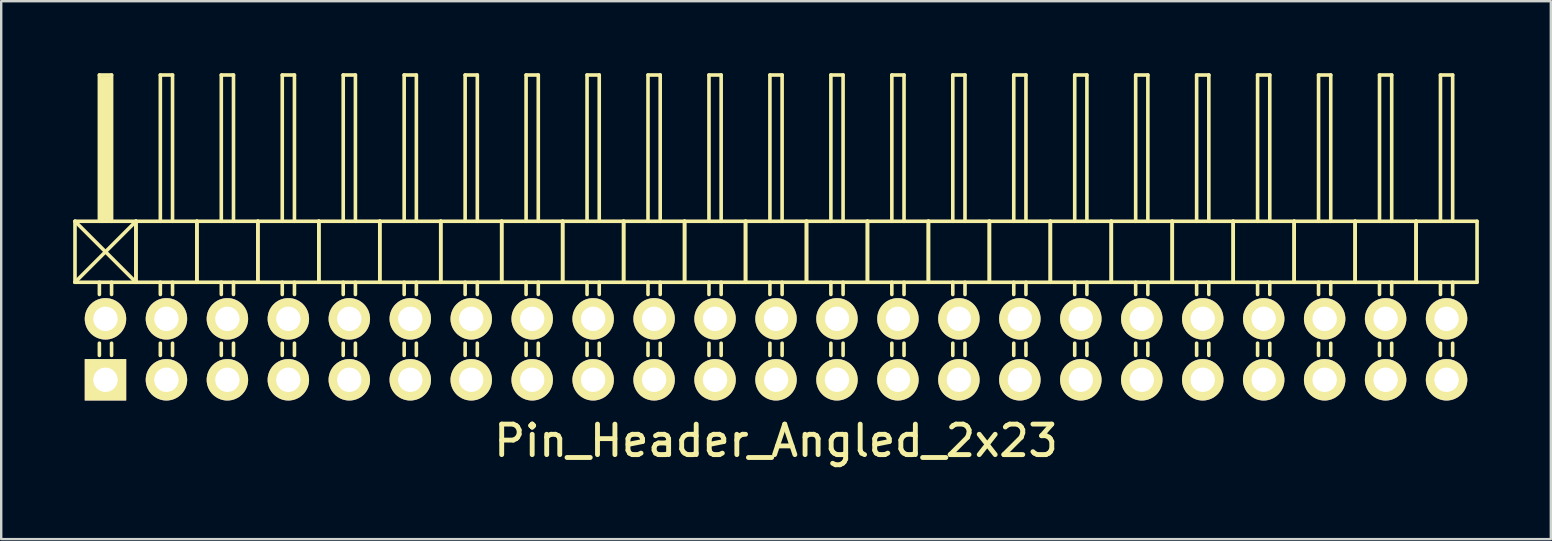
<source format=kicad_pcb>
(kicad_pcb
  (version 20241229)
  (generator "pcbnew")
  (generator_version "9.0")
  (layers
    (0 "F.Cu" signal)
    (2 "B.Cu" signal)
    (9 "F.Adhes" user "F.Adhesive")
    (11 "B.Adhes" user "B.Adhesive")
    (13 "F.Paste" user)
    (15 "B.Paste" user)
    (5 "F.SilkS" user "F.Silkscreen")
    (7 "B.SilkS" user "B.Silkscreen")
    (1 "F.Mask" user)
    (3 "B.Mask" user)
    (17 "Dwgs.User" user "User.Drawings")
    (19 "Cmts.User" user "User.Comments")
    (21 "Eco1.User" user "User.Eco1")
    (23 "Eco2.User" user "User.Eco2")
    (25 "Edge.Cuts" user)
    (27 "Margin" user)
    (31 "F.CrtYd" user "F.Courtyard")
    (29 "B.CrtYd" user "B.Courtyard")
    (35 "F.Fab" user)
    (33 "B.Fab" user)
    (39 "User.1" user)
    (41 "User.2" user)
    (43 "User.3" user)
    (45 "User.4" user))
  (footprint "Pin_Header_Angled_2x23"
    (layer "F.Cu")
    (at 29.285 11.505)
    (property "Reference" "Pin_Header_Angled_2x23" (at 0 3.81 0) (layer "F.SilkS") (effects (font (size 1.27 1.27) (thickness 0.203))))
    (attr through_hole)
    (fp_line (start -29.21 -5.334) (end -26.67 -2.794) (stroke (width 0.15) (type solid)) (layer "F.SilkS"))
    (fp_line (start -29.21 -2.794) (end -29.21 -5.334) (stroke (width 0.15) (type solid)) (layer "F.SilkS"))
    (fp_line (start -29.21 -2.794) (end -26.67 -5.334) (stroke (width 0.15) (type solid)) (layer "F.SilkS"))
    (fp_line (start -29.21 -2.794) (end -26.67 -2.794) (stroke (width 0.15) (type solid)) (layer "F.SilkS"))
    (fp_line (start -28.194 -11.43) (end -27.686 -11.43) (stroke (width 0.15) (type solid)) (layer "F.SilkS"))
    (fp_line (start -28.194 -5.334) (end -28.194 -11.43) (stroke (width 0.15) (type solid)) (layer "F.SilkS"))
    (fp_line (start -28.194 -2.794) (end -28.194 -2.286) (stroke (width 0.15) (type solid)) (layer "F.SilkS"))
    (fp_line (start -28.194 -0.254) (end -28.194 0.254) (stroke (width 0.15) (type solid)) (layer "F.SilkS"))
    (fp_line (start -28.067 -11.303) (end -27.813 -11.303) (stroke (width 0.15) (type solid)) (layer "F.SilkS"))
    (fp_line (start -28.067 -5.334) (end -28.067 -11.303) (stroke (width 0.15) (type solid)) (layer "F.SilkS"))
    (fp_line (start -27.94 -5.461) (end -27.94 -11.303) (stroke (width 0.15) (type solid)) (layer "F.SilkS"))
    (fp_line (start -27.813 -11.303) (end -27.813 -5.461) (stroke (width 0.15) (type solid)) (layer "F.SilkS"))
    (fp_line (start -27.813 -5.461) (end -27.94 -5.461) (stroke (width 0.15) (type solid)) (layer "F.SilkS"))
    (fp_line (start -27.686 -11.43) (end -27.686 -5.334) (stroke (width 0.15) (type solid)) (layer "F.SilkS"))
    (fp_line (start -27.686 -2.794) (end -27.686 -2.286) (stroke (width 0.15) (type solid)) (layer "F.SilkS"))
    (fp_line (start -27.686 -0.254) (end -27.686 0.254) (stroke (width 0.15) (type solid)) (layer "F.SilkS"))
    (fp_line (start -26.67 -5.334) (end -29.21 -5.334) (stroke (width 0.15) (type solid)) (layer "F.SilkS"))
    (fp_line (start -26.67 -2.794) (end -26.67 -5.334) (stroke (width 0.15) (type solid)) (layer "F.SilkS"))
    (fp_line (start -26.67 -2.794) (end -26.67 -5.334) (stroke (width 0.15) (type solid)) (layer "F.SilkS"))
    (fp_line (start -26.67 -2.794) (end -24.13 -2.794) (stroke (width 0.15) (type solid)) (layer "F.SilkS"))
    (fp_line (start -25.654 -11.43) (end -25.146 -11.43) (stroke (width 0.15) (type solid)) (layer "F.SilkS"))
    (fp_line (start -25.654 -5.334) (end -25.654 -11.43) (stroke (width 0.15) (type solid)) (layer "F.SilkS"))
    (fp_line (start -25.654 -2.794) (end -25.654 -2.286) (stroke (width 0.15) (type solid)) (layer "F.SilkS"))
    (fp_line (start -25.654 -0.254) (end -25.654 0.254) (stroke (width 0.15) (type solid)) (layer "F.SilkS"))
    (fp_line (start -25.146 -11.43) (end -25.146 -5.334) (stroke (width 0.15) (type solid)) (layer "F.SilkS"))
    (fp_line (start -25.146 -2.794) (end -25.146 -2.286) (stroke (width 0.15) (type solid)) (layer "F.SilkS"))
    (fp_line (start -25.146 -0.254) (end -25.146 0.254) (stroke (width 0.15) (type solid)) (layer "F.SilkS"))
    (fp_line (start -24.13 -5.334) (end -26.67 -5.334) (stroke (width 0.15) (type solid)) (layer "F.SilkS"))
    (fp_line (start -24.13 -2.794) (end -24.13 -5.334) (stroke (width 0.15) (type solid)) (layer "F.SilkS"))
    (fp_line (start -24.13 -2.794) (end -24.13 -5.334) (stroke (width 0.15) (type solid)) (layer "F.SilkS"))
    (fp_line (start -24.13 -2.794) (end -21.59 -2.794) (stroke (width 0.15) (type solid)) (layer "F.SilkS"))
    (fp_line (start -23.114 -11.43) (end -22.606 -11.43) (stroke (width 0.15) (type solid)) (layer "F.SilkS"))
    (fp_line (start -23.114 -5.334) (end -23.114 -11.43) (stroke (width 0.15) (type solid)) (layer "F.SilkS"))
    (fp_line (start -23.114 -2.794) (end -23.114 -2.286) (stroke (width 0.15) (type solid)) (layer "F.SilkS"))
    (fp_line (start -23.114 -0.254) (end -23.114 0.254) (stroke (width 0.15) (type solid)) (layer "F.SilkS"))
    (fp_line (start -22.606 -11.43) (end -22.606 -5.334) (stroke (width 0.15) (type solid)) (layer "F.SilkS"))
    (fp_line (start -22.606 -2.794) (end -22.606 -2.286) (stroke (width 0.15) (type solid)) (layer "F.SilkS"))
    (fp_line (start -22.606 -0.254) (end -22.606 0.254) (stroke (width 0.15) (type solid)) (layer "F.SilkS"))
    (fp_line (start -21.59 -5.334) (end -24.13 -5.334) (stroke (width 0.15) (type solid)) (layer "F.SilkS"))
    (fp_line (start -21.59 -2.794) (end -21.59 -5.334) (stroke (width 0.15) (type solid)) (layer "F.SilkS"))
    (fp_line (start -21.59 -2.794) (end -21.59 -5.334) (stroke (width 0.15) (type solid)) (layer "F.SilkS"))
    (fp_line (start -21.59 -2.794) (end -19.05 -2.794) (stroke (width 0.15) (type solid)) (layer "F.SilkS"))
    (fp_line (start -20.574 -11.43) (end -20.066 -11.43) (stroke (width 0.15) (type solid)) (layer "F.SilkS"))
    (fp_line (start -20.574 -5.334) (end -20.574 -11.43) (stroke (width 0.15) (type solid)) (layer "F.SilkS"))
    (fp_line (start -20.574 -2.794) (end -20.574 -2.286) (stroke (width 0.15) (type solid)) (layer "F.SilkS"))
    (fp_line (start -20.574 -0.254) (end -20.574 0.254) (stroke (width 0.15) (type solid)) (layer "F.SilkS"))
    (fp_line (start -20.066 -11.43) (end -20.066 -5.334) (stroke (width 0.15) (type solid)) (layer "F.SilkS"))
    (fp_line (start -20.066 -2.794) (end -20.066 -2.286) (stroke (width 0.15) (type solid)) (layer "F.SilkS"))
    (fp_line (start -20.066 -0.254) (end -20.066 0.254) (stroke (width 0.15) (type solid)) (layer "F.SilkS"))
    (fp_line (start -19.05 -5.334) (end -21.59 -5.334) (stroke (width 0.15) (type solid)) (layer "F.SilkS"))
    (fp_line (start -19.05 -2.794) (end -19.05 -5.334) (stroke (width 0.15) (type solid)) (layer "F.SilkS"))
    (fp_line (start -19.05 -2.794) (end -19.05 -5.334) (stroke (width 0.15) (type solid)) (layer "F.SilkS"))
    (fp_line (start -19.05 -2.794) (end -16.51 -2.794) (stroke (width 0.15) (type solid)) (layer "F.SilkS"))
    (fp_line (start -18.034 -11.43) (end -17.526 -11.43) (stroke (width 0.15) (type solid)) (layer "F.SilkS"))
    (fp_line (start -18.034 -5.334) (end -18.034 -11.43) (stroke (width 0.15) (type solid)) (layer "F.SilkS"))
    (fp_line (start -18.034 -2.794) (end -18.034 -2.286) (stroke (width 0.15) (type solid)) (layer "F.SilkS"))
    (fp_line (start -18.034 -0.254) (end -18.034 0.254) (stroke (width 0.15) (type solid)) (layer "F.SilkS"))
    (fp_line (start -17.526 -11.43) (end -17.526 -5.334) (stroke (width 0.15) (type solid)) (layer "F.SilkS"))
    (fp_line (start -17.526 -2.794) (end -17.526 -2.286) (stroke (width 0.15) (type solid)) (layer "F.SilkS"))
    (fp_line (start -17.526 -0.254) (end -17.526 0.254) (stroke (width 0.15) (type solid)) (layer "F.SilkS"))
    (fp_line (start -16.51 -5.334) (end -19.05 -5.334) (stroke (width 0.15) (type solid)) (layer "F.SilkS"))
    (fp_line (start -16.51 -2.794) (end -16.51 -5.334) (stroke (width 0.15) (type solid)) (layer "F.SilkS"))
    (fp_line (start -16.51 -2.794) (end -16.51 -5.334) (stroke (width 0.15) (type solid)) (layer "F.SilkS"))
    (fp_line (start -16.51 -2.794) (end -13.97 -2.794) (stroke (width 0.15) (type solid)) (layer "F.SilkS"))
    (fp_line (start -15.494 -11.43) (end -14.986 -11.43) (stroke (width 0.15) (type solid)) (layer "F.SilkS"))
    (fp_line (start -15.494 -5.334) (end -15.494 -11.43) (stroke (width 0.15) (type solid)) (layer "F.SilkS"))
    (fp_line (start -15.494 -2.794) (end -15.494 -2.286) (stroke (width 0.15) (type solid)) (layer "F.SilkS"))
    (fp_line (start -15.494 -0.254) (end -15.494 0.254) (stroke (width 0.15) (type solid)) (layer "F.SilkS"))
    (fp_line (start -14.986 -11.43) (end -14.986 -5.334) (stroke (width 0.15) (type solid)) (layer "F.SilkS"))
    (fp_line (start -14.986 -2.794) (end -14.986 -2.286) (stroke (width 0.15) (type solid)) (layer "F.SilkS"))
    (fp_line (start -14.986 -0.254) (end -14.986 0.254) (stroke (width 0.15) (type solid)) (layer "F.SilkS"))
    (fp_line (start -13.97 -5.334) (end -16.51 -5.334) (stroke (width 0.15) (type solid)) (layer "F.SilkS"))
    (fp_line (start -13.97 -2.794) (end -13.97 -5.334) (stroke (width 0.15) (type solid)) (layer "F.SilkS"))
    (fp_line (start -13.97 -2.794) (end -13.97 -5.334) (stroke (width 0.15) (type solid)) (layer "F.SilkS"))
    (fp_line (start -13.97 -2.794) (end -11.43 -2.794) (stroke (width 0.15) (type solid)) (layer "F.SilkS"))
    (fp_line (start -12.954 -11.43) (end -12.446 -11.43) (stroke (width 0.15) (type solid)) (layer "F.SilkS"))
    (fp_line (start -12.954 -5.334) (end -12.954 -11.43) (stroke (width 0.15) (type solid)) (layer "F.SilkS"))
    (fp_line (start -12.954 -2.794) (end -12.954 -2.286) (stroke (width 0.15) (type solid)) (layer "F.SilkS"))
    (fp_line (start -12.954 -0.254) (end -12.954 0.254) (stroke (width 0.15) (type solid)) (layer "F.SilkS"))
    (fp_line (start -12.446 -11.43) (end -12.446 -5.334) (stroke (width 0.15) (type solid)) (layer "F.SilkS"))
    (fp_line (start -12.446 -2.794) (end -12.446 -2.286) (stroke (width 0.15) (type solid)) (layer "F.SilkS"))
    (fp_line (start -12.446 -0.254) (end -12.446 0.254) (stroke (width 0.15) (type solid)) (layer "F.SilkS"))
    (fp_line (start -11.43 -5.334) (end -13.97 -5.334) (stroke (width 0.15) (type solid)) (layer "F.SilkS"))
    (fp_line (start -11.43 -2.794) (end -11.43 -5.334) (stroke (width 0.15) (type solid)) (layer "F.SilkS"))
    (fp_line (start -11.43 -2.794) (end -11.43 -5.334) (stroke (width 0.15) (type solid)) (layer "F.SilkS"))
    (fp_line (start -11.43 -2.794) (end -8.89 -2.794) (stroke (width 0.15) (type solid)) (layer "F.SilkS"))
    (fp_line (start -10.414 -11.43) (end -9.906 -11.43) (stroke (width 0.15) (type solid)) (layer "F.SilkS"))
    (fp_line (start -10.414 -5.334) (end -10.414 -11.43) (stroke (width 0.15) (type solid)) (layer "F.SilkS"))
    (fp_line (start -10.414 -2.794) (end -10.414 -2.286) (stroke (width 0.15) (type solid)) (layer "F.SilkS"))
    (fp_line (start -10.414 -0.254) (end -10.414 0.254) (stroke (width 0.15) (type solid)) (layer "F.SilkS"))
    (fp_line (start -9.906 -11.43) (end -9.906 -5.334) (stroke (width 0.15) (type solid)) (layer "F.SilkS"))
    (fp_line (start -9.906 -2.794) (end -9.906 -2.286) (stroke (width 0.15) (type solid)) (layer "F.SilkS"))
    (fp_line (start -9.906 -0.254) (end -9.906 0.254) (stroke (width 0.15) (type solid)) (layer "F.SilkS"))
    (fp_line (start -8.89 -5.334) (end -11.43 -5.334) (stroke (width 0.15) (type solid)) (layer "F.SilkS"))
    (fp_line (start -8.89 -2.794) (end -8.89 -5.334) (stroke (width 0.15) (type solid)) (layer "F.SilkS"))
    (fp_line (start -8.89 -2.794) (end -8.89 -5.334) (stroke (width 0.15) (type solid)) (layer "F.SilkS"))
    (fp_line (start -8.89 -2.794) (end -6.35 -2.794) (stroke (width 0.15) (type solid)) (layer "F.SilkS"))
    (fp_line (start -7.874 -11.43) (end -7.366 -11.43) (stroke (width 0.15) (type solid)) (layer "F.SilkS"))
    (fp_line (start -7.874 -5.334) (end -7.874 -11.43) (stroke (width 0.15) (type solid)) (layer "F.SilkS"))
    (fp_line (start -7.874 -2.794) (end -7.874 -2.286) (stroke (width 0.15) (type solid)) (layer "F.SilkS"))
    (fp_line (start -7.874 -0.254) (end -7.874 0.254) (stroke (width 0.15) (type solid)) (layer "F.SilkS"))
    (fp_line (start -7.366 -11.43) (end -7.366 -5.334) (stroke (width 0.15) (type solid)) (layer "F.SilkS"))
    (fp_line (start -7.366 -2.794) (end -7.366 -2.286) (stroke (width 0.15) (type solid)) (layer "F.SilkS"))
    (fp_line (start -7.366 -0.254) (end -7.366 0.254) (stroke (width 0.15) (type solid)) (layer "F.SilkS"))
    (fp_line (start -6.35 -5.334) (end -8.89 -5.334) (stroke (width 0.15) (type solid)) (layer "F.SilkS"))
    (fp_line (start -6.35 -2.794) (end -6.35 -5.334) (stroke (width 0.15) (type solid)) (layer "F.SilkS"))
    (fp_line (start -6.35 -2.794) (end -6.35 -5.334) (stroke (width 0.15) (type solid)) (layer "F.SilkS"))
    (fp_line (start -6.35 -2.794) (end -3.81 -2.794) (stroke (width 0.15) (type solid)) (layer "F.SilkS"))
    (fp_line (start -5.334 -11.43) (end -4.826 -11.43) (stroke (width 0.15) (type solid)) (layer "F.SilkS"))
    (fp_line (start -5.334 -5.334) (end -5.334 -11.43) (stroke (width 0.15) (type solid)) (layer "F.SilkS"))
    (fp_line (start -5.334 -2.794) (end -5.334 -2.286) (stroke (width 0.15) (type solid)) (layer "F.SilkS"))
    (fp_line (start -5.334 -0.254) (end -5.334 0.254) (stroke (width 0.15) (type solid)) (layer "F.SilkS"))
    (fp_line (start -4.826 -11.43) (end -4.826 -5.334) (stroke (width 0.15) (type solid)) (layer "F.SilkS"))
    (fp_line (start -4.826 -2.794) (end -4.826 -2.286) (stroke (width 0.15) (type solid)) (layer "F.SilkS"))
    (fp_line (start -4.826 -0.254) (end -4.826 0.254) (stroke (width 0.15) (type solid)) (layer "F.SilkS"))
    (fp_line (start -3.81 -5.334) (end -6.35 -5.334) (stroke (width 0.15) (type solid)) (layer "F.SilkS"))
    (fp_line (start -3.81 -2.794) (end -3.81 -5.334) (stroke (width 0.15) (type solid)) (layer "F.SilkS"))
    (fp_line (start -3.81 -2.794) (end -3.81 -5.334) (stroke (width 0.15) (type solid)) (layer "F.SilkS"))
    (fp_line (start -3.81 -2.794) (end -1.27 -2.794) (stroke (width 0.15) (type solid)) (layer "F.SilkS"))
    (fp_line (start -2.794 -11.43) (end -2.286 -11.43) (stroke (width 0.15) (type solid)) (layer "F.SilkS"))
    (fp_line (start -2.794 -5.334) (end -2.794 -11.43) (stroke (width 0.15) (type solid)) (layer "F.SilkS"))
    (fp_line (start -2.794 -2.794) (end -2.794 -2.286) (stroke (width 0.15) (type solid)) (layer "F.SilkS"))
    (fp_line (start -2.794 -0.254) (end -2.794 0.254) (stroke (width 0.15) (type solid)) (layer "F.SilkS"))
    (fp_line (start -2.286 -11.43) (end -2.286 -5.334) (stroke (width 0.15) (type solid)) (layer "F.SilkS"))
    (fp_line (start -2.286 -2.794) (end -2.286 -2.286) (stroke (width 0.15) (type solid)) (layer "F.SilkS"))
    (fp_line (start -2.286 -0.254) (end -2.286 0.254) (stroke (width 0.15) (type solid)) (layer "F.SilkS"))
    (fp_line (start -1.27 -5.334) (end -3.81 -5.334) (stroke (width 0.15) (type solid)) (layer "F.SilkS"))
    (fp_line (start -1.27 -2.794) (end -1.27 -5.334) (stroke (width 0.15) (type solid)) (layer "F.SilkS"))
    (fp_line (start -1.27 -2.794) (end -1.27 -5.334) (stroke (width 0.15) (type solid)) (layer "F.SilkS"))
    (fp_line (start -1.27 -2.794) (end 1.27 -2.794) (stroke (width 0.15) (type solid)) (layer "F.SilkS"))
    (fp_line (start -0.254 -11.43) (end 0.254 -11.43) (stroke (width 0.15) (type solid)) (layer "F.SilkS"))
    (fp_line (start -0.254 -5.334) (end -0.254 -11.43) (stroke (width 0.15) (type solid)) (layer "F.SilkS"))
    (fp_line (start -0.254 -2.794) (end -0.254 -2.286) (stroke (width 0.15) (type solid)) (layer "F.SilkS"))
    (fp_line (start -0.254 -0.254) (end -0.254 0.254) (stroke (width 0.15) (type solid)) (layer "F.SilkS"))
    (fp_line (start 0.254 -11.43) (end 0.254 -5.334) (stroke (width 0.15) (type solid)) (layer "F.SilkS"))
    (fp_line (start 0.254 -2.794) (end 0.254 -2.286) (stroke (width 0.15) (type solid)) (layer "F.SilkS"))
    (fp_line (start 0.254 -0.254) (end 0.254 0.254) (stroke (width 0.15) (type solid)) (layer "F.SilkS"))
    (fp_line (start 1.27 -5.334) (end -1.27 -5.334) (stroke (width 0.15) (type solid)) (layer "F.SilkS"))
    (fp_line (start 1.27 -2.794) (end 1.27 -5.334) (stroke (width 0.15) (type solid)) (layer "F.SilkS"))
    (fp_line (start 1.27 -2.794) (end 1.27 -5.334) (stroke (width 0.15) (type solid)) (layer "F.SilkS"))
    (fp_line (start 1.27 -2.794) (end 3.81 -2.794) (stroke (width 0.15) (type solid)) (layer "F.SilkS"))
    (fp_line (start 2.286 -11.43) (end 2.794 -11.43) (stroke (width 0.15) (type solid)) (layer "F.SilkS"))
    (fp_line (start 2.286 -5.334) (end 2.286 -11.43) (stroke (width 0.15) (type solid)) (layer "F.SilkS"))
    (fp_line (start 2.286 -2.794) (end 2.286 -2.286) (stroke (width 0.15) (type solid)) (layer "F.SilkS"))
    (fp_line (start 2.286 -0.254) (end 2.286 0.254) (stroke (width 0.15) (type solid)) (layer "F.SilkS"))
    (fp_line (start 2.794 -11.43) (end 2.794 -5.334) (stroke (width 0.15) (type solid)) (layer "F.SilkS"))
    (fp_line (start 2.794 -2.794) (end 2.794 -2.286) (stroke (width 0.15) (type solid)) (layer "F.SilkS"))
    (fp_line (start 2.794 -0.254) (end 2.794 0.254) (stroke (width 0.15) (type solid)) (layer "F.SilkS"))
    (fp_line (start 3.81 -5.334) (end 1.27 -5.334) (stroke (width 0.15) (type solid)) (layer "F.SilkS"))
    (fp_line (start 3.81 -2.794) (end 3.81 -5.334) (stroke (width 0.15) (type solid)) (layer "F.SilkS"))
    (fp_line (start 3.81 -2.794) (end 3.81 -5.334) (stroke (width 0.15) (type solid)) (layer "F.SilkS"))
    (fp_line (start 3.81 -2.794) (end 6.35 -2.794) (stroke (width 0.15) (type solid)) (layer "F.SilkS"))
    (fp_line (start 4.826 -11.43) (end 5.334 -11.43) (stroke (width 0.15) (type solid)) (layer "F.SilkS"))
    (fp_line (start 4.826 -5.334) (end 4.826 -11.43) (stroke (width 0.15) (type solid)) (layer "F.SilkS"))
    (fp_line (start 4.826 -2.794) (end 4.826 -2.286) (stroke (width 0.15) (type solid)) (layer "F.SilkS"))
    (fp_line (start 4.826 -0.254) (end 4.826 0.254) (stroke (width 0.15) (type solid)) (layer "F.SilkS"))
    (fp_line (start 5.334 -11.43) (end 5.334 -5.334) (stroke (width 0.15) (type solid)) (layer "F.SilkS"))
    (fp_line (start 5.334 -2.794) (end 5.334 -2.286) (stroke (width 0.15) (type solid)) (layer "F.SilkS"))
    (fp_line (start 5.334 -0.254) (end 5.334 0.254) (stroke (width 0.15) (type solid)) (layer "F.SilkS"))
    (fp_line (start 6.35 -5.334) (end 3.81 -5.334) (stroke (width 0.15) (type solid)) (layer "F.SilkS"))
    (fp_line (start 6.35 -2.794) (end 6.35 -5.334) (stroke (width 0.15) (type solid)) (layer "F.SilkS"))
    (fp_line (start 6.35 -2.794) (end 6.35 -5.334) (stroke (width 0.15) (type solid)) (layer "F.SilkS"))
    (fp_line (start 6.35 -2.794) (end 8.89 -2.794) (stroke (width 0.15) (type solid)) (layer "F.SilkS"))
    (fp_line (start 7.366 -11.43) (end 7.874 -11.43) (stroke (width 0.15) (type solid)) (layer "F.SilkS"))
    (fp_line (start 7.366 -5.334) (end 7.366 -11.43) (stroke (width 0.15) (type solid)) (layer "F.SilkS"))
    (fp_line (start 7.366 -2.794) (end 7.366 -2.286) (stroke (width 0.15) (type solid)) (layer "F.SilkS"))
    (fp_line (start 7.366 -0.254) (end 7.366 0.254) (stroke (width 0.15) (type solid)) (layer "F.SilkS"))
    (fp_line (start 7.874 -11.43) (end 7.874 -5.334) (stroke (width 0.15) (type solid)) (layer "F.SilkS"))
    (fp_line (start 7.874 -2.794) (end 7.874 -2.286) (stroke (width 0.15) (type solid)) (layer "F.SilkS"))
    (fp_line (start 7.874 -0.254) (end 7.874 0.254) (stroke (width 0.15) (type solid)) (layer "F.SilkS"))
    (fp_line (start 8.89 -5.334) (end 6.35 -5.334) (stroke (width 0.15) (type solid)) (layer "F.SilkS"))
    (fp_line (start 8.89 -2.794) (end 8.89 -5.334) (stroke (width 0.15) (type solid)) (layer "F.SilkS"))
    (fp_line (start 8.89 -2.794) (end 8.89 -5.334) (stroke (width 0.15) (type solid)) (layer "F.SilkS"))
    (fp_line (start 8.89 -2.794) (end 11.43 -2.794) (stroke (width 0.15) (type solid)) (layer "F.SilkS"))
    (fp_line (start 9.906 -11.43) (end 10.414 -11.43) (stroke (width 0.15) (type solid)) (layer "F.SilkS"))
    (fp_line (start 9.906 -5.334) (end 9.906 -11.43) (stroke (width 0.15) (type solid)) (layer "F.SilkS"))
    (fp_line (start 9.906 -2.794) (end 9.906 -2.286) (stroke (width 0.15) (type solid)) (layer "F.SilkS"))
    (fp_line (start 9.906 -0.254) (end 9.906 0.254) (stroke (width 0.15) (type solid)) (layer "F.SilkS"))
    (fp_line (start 10.414 -11.43) (end 10.414 -5.334) (stroke (width 0.15) (type solid)) (layer "F.SilkS"))
    (fp_line (start 10.414 -2.794) (end 10.414 -2.286) (stroke (width 0.15) (type solid)) (layer "F.SilkS"))
    (fp_line (start 10.414 -0.254) (end 10.414 0.254) (stroke (width 0.15) (type solid)) (layer "F.SilkS"))
    (fp_line (start 11.43 -5.334) (end 8.89 -5.334) (stroke (width 0.15) (type solid)) (layer "F.SilkS"))
    (fp_line (start 11.43 -2.794) (end 11.43 -5.334) (stroke (width 0.15) (type solid)) (layer "F.SilkS"))
    (fp_line (start 11.43 -2.794) (end 11.43 -5.334) (stroke (width 0.15) (type solid)) (layer "F.SilkS"))
    (fp_line (start 11.43 -2.794) (end 13.97 -2.794) (stroke (width 0.15) (type solid)) (layer "F.SilkS"))
    (fp_line (start 12.446 -11.43) (end 12.954 -11.43) (stroke (width 0.15) (type solid)) (layer "F.SilkS"))
    (fp_line (start 12.446 -5.334) (end 12.446 -11.43) (stroke (width 0.15) (type solid)) (layer "F.SilkS"))
    (fp_line (start 12.446 -2.794) (end 12.446 -2.286) (stroke (width 0.15) (type solid)) (layer "F.SilkS"))
    (fp_line (start 12.446 -0.254) (end 12.446 0.254) (stroke (width 0.15) (type solid)) (layer "F.SilkS"))
    (fp_line (start 12.954 -11.43) (end 12.954 -5.334) (stroke (width 0.15) (type solid)) (layer "F.SilkS"))
    (fp_line (start 12.954 -2.794) (end 12.954 -2.286) (stroke (width 0.15) (type solid)) (layer "F.SilkS"))
    (fp_line (start 12.954 -0.254) (end 12.954 0.254) (stroke (width 0.15) (type solid)) (layer "F.SilkS"))
    (fp_line (start 13.97 -5.334) (end 11.43 -5.334) (stroke (width 0.15) (type solid)) (layer "F.SilkS"))
    (fp_line (start 13.97 -2.794) (end 13.97 -5.334) (stroke (width 0.15) (type solid)) (layer "F.SilkS"))
    (fp_line (start 13.97 -2.794) (end 13.97 -5.334) (stroke (width 0.15) (type solid)) (layer "F.SilkS"))
    (fp_line (start 13.97 -2.794) (end 16.51 -2.794) (stroke (width 0.15) (type solid)) (layer "F.SilkS"))
    (fp_line (start 14.986 -11.43) (end 15.494 -11.43) (stroke (width 0.15) (type solid)) (layer "F.SilkS"))
    (fp_line (start 14.986 -5.334) (end 14.986 -11.43) (stroke (width 0.15) (type solid)) (layer "F.SilkS"))
    (fp_line (start 14.986 -2.794) (end 14.986 -2.286) (stroke (width 0.15) (type solid)) (layer "F.SilkS"))
    (fp_line (start 14.986 -0.254) (end 14.986 0.254) (stroke (width 0.15) (type solid)) (layer "F.SilkS"))
    (fp_line (start 15.494 -11.43) (end 15.494 -5.334) (stroke (width 0.15) (type solid)) (layer "F.SilkS"))
    (fp_line (start 15.494 -2.794) (end 15.494 -2.286) (stroke (width 0.15) (type solid)) (layer "F.SilkS"))
    (fp_line (start 15.494 -0.254) (end 15.494 0.254) (stroke (width 0.15) (type solid)) (layer "F.SilkS"))
    (fp_line (start 16.51 -5.334) (end 13.97 -5.334) (stroke (width 0.15) (type solid)) (layer "F.SilkS"))
    (fp_line (start 16.51 -2.794) (end 16.51 -5.334) (stroke (width 0.15) (type solid)) (layer "F.SilkS"))
    (fp_line (start 16.51 -2.794) (end 16.51 -5.334) (stroke (width 0.15) (type solid)) (layer "F.SilkS"))
    (fp_line (start 16.51 -2.794) (end 19.05 -2.794) (stroke (width 0.15) (type solid)) (layer "F.SilkS"))
    (fp_line (start 17.526 -11.43) (end 18.034 -11.43) (stroke (width 0.15) (type solid)) (layer "F.SilkS"))
    (fp_line (start 17.526 -5.334) (end 17.526 -11.43) (stroke (width 0.15) (type solid)) (layer "F.SilkS"))
    (fp_line (start 17.526 -2.794) (end 17.526 -2.286) (stroke (width 0.15) (type solid)) (layer "F.SilkS"))
    (fp_line (start 17.526 -0.254) (end 17.526 0.254) (stroke (width 0.15) (type solid)) (layer "F.SilkS"))
    (fp_line (start 18.034 -11.43) (end 18.034 -5.334) (stroke (width 0.15) (type solid)) (layer "F.SilkS"))
    (fp_line (start 18.034 -2.794) (end 18.034 -2.286) (stroke (width 0.15) (type solid)) (layer "F.SilkS"))
    (fp_line (start 18.034 -0.254) (end 18.034 0.254) (stroke (width 0.15) (type solid)) (layer "F.SilkS"))
    (fp_line (start 19.05 -5.334) (end 16.51 -5.334) (stroke (width 0.15) (type solid)) (layer "F.SilkS"))
    (fp_line (start 19.05 -2.794) (end 19.05 -5.334) (stroke (width 0.15) (type solid)) (layer "F.SilkS"))
    (fp_line (start 19.05 -2.794) (end 19.05 -5.334) (stroke (width 0.15) (type solid)) (layer "F.SilkS"))
    (fp_line (start 19.05 -2.794) (end 21.59 -2.794) (stroke (width 0.15) (type solid)) (layer "F.SilkS"))
    (fp_line (start 20.066 -11.43) (end 20.574 -11.43) (stroke (width 0.15) (type solid)) (layer "F.SilkS"))
    (fp_line (start 20.066 -5.334) (end 20.066 -11.43) (stroke (width 0.15) (type solid)) (layer "F.SilkS"))
    (fp_line (start 20.066 -2.794) (end 20.066 -2.286) (stroke (width 0.15) (type solid)) (layer "F.SilkS"))
    (fp_line (start 20.066 -0.254) (end 20.066 0.254) (stroke (width 0.15) (type solid)) (layer "F.SilkS"))
    (fp_line (start 20.574 -11.43) (end 20.574 -5.334) (stroke (width 0.15) (type solid)) (layer "F.SilkS"))
    (fp_line (start 20.574 -2.794) (end 20.574 -2.286) (stroke (width 0.15) (type solid)) (layer "F.SilkS"))
    (fp_line (start 20.574 -0.254) (end 20.574 0.254) (stroke (width 0.15) (type solid)) (layer "F.SilkS"))
    (fp_line (start 21.59 -5.334) (end 19.05 -5.334) (stroke (width 0.15) (type solid)) (layer "F.SilkS"))
    (fp_line (start 21.59 -2.794) (end 21.59 -5.334) (stroke (width 0.15) (type solid)) (layer "F.SilkS"))
    (fp_line (start 21.59 -2.794) (end 21.59 -5.334) (stroke (width 0.15) (type solid)) (layer "F.SilkS"))
    (fp_line (start 21.59 -2.794) (end 24.13 -2.794) (stroke (width 0.15) (type solid)) (layer "F.SilkS"))
    (fp_line (start 22.606 -11.43) (end 23.114 -11.43) (stroke (width 0.15) (type solid)) (layer "F.SilkS"))
    (fp_line (start 22.606 -5.334) (end 22.606 -11.43) (stroke (width 0.15) (type solid)) (layer "F.SilkS"))
    (fp_line (start 22.606 -2.794) (end 22.606 -2.286) (stroke (width 0.15) (type solid)) (layer "F.SilkS"))
    (fp_line (start 22.606 -0.254) (end 22.606 0.254) (stroke (width 0.15) (type solid)) (layer "F.SilkS"))
    (fp_line (start 23.114 -11.43) (end 23.114 -5.334) (stroke (width 0.15) (type solid)) (layer "F.SilkS"))
    (fp_line (start 23.114 -2.794) (end 23.114 -2.286) (stroke (width 0.15) (type solid)) (layer "F.SilkS"))
    (fp_line (start 23.114 -0.254) (end 23.114 0.254) (stroke (width 0.15) (type solid)) (layer "F.SilkS"))
    (fp_line (start 24.13 -5.334) (end 21.59 -5.334) (stroke (width 0.15) (type solid)) (layer "F.SilkS"))
    (fp_line (start 24.13 -2.794) (end 24.13 -5.334) (stroke (width 0.15) (type solid)) (layer "F.SilkS"))
    (fp_line (start 24.13 -2.794) (end 24.13 -5.334) (stroke (width 0.15) (type solid)) (layer "F.SilkS"))
    (fp_line (start 24.13 -2.794) (end 26.67 -2.794) (stroke (width 0.15) (type solid)) (layer "F.SilkS"))
    (fp_line (start 25.146 -11.43) (end 25.654 -11.43) (stroke (width 0.15) (type solid)) (layer "F.SilkS"))
    (fp_line (start 25.146 -5.334) (end 25.146 -11.43) (stroke (width 0.15) (type solid)) (layer "F.SilkS"))
    (fp_line (start 25.146 -2.794) (end 25.146 -2.286) (stroke (width 0.15) (type solid)) (layer "F.SilkS"))
    (fp_line (start 25.146 -0.254) (end 25.146 0.254) (stroke (width 0.15) (type solid)) (layer "F.SilkS"))
    (fp_line (start 25.654 -11.43) (end 25.654 -5.334) (stroke (width 0.15) (type solid)) (layer "F.SilkS"))
    (fp_line (start 25.654 -2.794) (end 25.654 -2.286) (stroke (width 0.15) (type solid)) (layer "F.SilkS"))
    (fp_line (start 25.654 -0.254) (end 25.654 0.254) (stroke (width 0.15) (type solid)) (layer "F.SilkS"))
    (fp_line (start 26.67 -5.334) (end 24.13 -5.334) (stroke (width 0.15) (type solid)) (layer "F.SilkS"))
    (fp_line (start 26.67 -2.794) (end 26.67 -5.334) (stroke (width 0.15) (type solid)) (layer "F.SilkS"))
    (fp_line (start 26.67 -2.794) (end 26.67 -5.334) (stroke (width 0.15) (type solid)) (layer "F.SilkS"))
    (fp_line (start 26.67 -2.794) (end 29.21 -2.794) (stroke (width 0.15) (type solid)) (layer "F.SilkS"))
    (fp_line (start 27.686 -11.43) (end 28.194 -11.43) (stroke (width 0.15) (type solid)) (layer "F.SilkS"))
    (fp_line (start 27.686 -5.334) (end 27.686 -11.43) (stroke (width 0.15) (type solid)) (layer "F.SilkS"))
    (fp_line (start 27.686 -2.794) (end 27.686 -2.286) (stroke (width 0.15) (type solid)) (layer "F.SilkS"))
    (fp_line (start 27.686 -0.254) (end 27.686 0.254) (stroke (width 0.15) (type solid)) (layer "F.SilkS"))
    (fp_line (start 28.194 -11.43) (end 28.194 -5.334) (stroke (width 0.15) (type solid)) (layer "F.SilkS"))
    (fp_line (start 28.194 -2.794) (end 28.194 -2.286) (stroke (width 0.15) (type solid)) (layer "F.SilkS"))
    (fp_line (start 28.194 -0.254) (end 28.194 0.254) (stroke (width 0.15) (type solid)) (layer "F.SilkS"))
    (fp_line (start 29.21 -5.334) (end 26.67 -5.334) (stroke (width 0.15) (type solid)) (layer "F.SilkS"))
    (fp_line (start 29.21 -2.794) (end 29.21 -5.334) (stroke (width 0.15) (type solid)) (layer "F.SilkS"))
    (pad "1" thru_hole rect (at -27.94 1.27) (size 1.727 1.727) (drill 1.016) (layers "*.Cu" "*.Mask" "F.SilkS"))
    (pad "2" thru_hole oval (at -27.94 -1.27) (size 1.727 1.727) (drill 1.016) (layers "*.Cu" "*.Mask" "F.SilkS"))
    (pad "3" thru_hole oval (at -25.4 1.27) (size 1.727 1.727) (drill 1.016) (layers "*.Cu" "*.Mask" "F.SilkS"))
    (pad "4" thru_hole oval (at -25.4 -1.27) (size 1.727 1.727) (drill 1.016) (layers "*.Cu" "*.Mask" "F.SilkS"))
    (pad "5" thru_hole oval (at -22.86 1.27) (size 1.727 1.727) (drill 1.016) (layers "*.Cu" "*.Mask" "F.SilkS"))
    (pad "6" thru_hole oval (at -22.86 -1.27) (size 1.727 1.727) (drill 1.016) (layers "*.Cu" "*.Mask" "F.SilkS"))
    (pad "7" thru_hole oval (at -20.32 1.27) (size 1.727 1.727) (drill 1.016) (layers "*.Cu" "*.Mask" "F.SilkS"))
    (pad "8" thru_hole oval (at -20.32 -1.27) (size 1.727 1.727) (drill 1.016) (layers "*.Cu" "*.Mask" "F.SilkS"))
    (pad "9" thru_hole oval (at -17.78 1.27) (size 1.727 1.727) (drill 1.016) (layers "*.Cu" "*.Mask" "F.SilkS"))
    (pad "10" thru_hole oval (at -17.78 -1.27) (size 1.727 1.727) (drill 1.016) (layers "*.Cu" "*.Mask" "F.SilkS"))
    (pad "11" thru_hole oval (at -15.24 1.27) (size 1.727 1.727) (drill 1.016) (layers "*.Cu" "*.Mask" "F.SilkS"))
    (pad "12" thru_hole oval (at -15.24 -1.27) (size 1.727 1.727) (drill 1.016) (layers "*.Cu" "*.Mask" "F.SilkS"))
    (pad "13" thru_hole oval (at -12.7 1.27) (size 1.727 1.727) (drill 1.016) (layers "*.Cu" "*.Mask" "F.SilkS"))
    (pad "14" thru_hole oval (at -12.7 -1.27) (size 1.727 1.727) (drill 1.016) (layers "*.Cu" "*.Mask" "F.SilkS"))
    (pad "15" thru_hole oval (at -10.16 1.27) (size 1.727 1.727) (drill 1.016) (layers "*.Cu" "*.Mask" "F.SilkS"))
    (pad "16" thru_hole oval (at -10.16 -1.27) (size 1.727 1.727) (drill 1.016) (layers "*.Cu" "*.Mask" "F.SilkS"))
    (pad "17" thru_hole oval (at -7.62 1.27) (size 1.727 1.727) (drill 1.016) (layers "*.Cu" "*.Mask" "F.SilkS"))
    (pad "18" thru_hole oval (at -7.62 -1.27) (size 1.727 1.727) (drill 1.016) (layers "*.Cu" "*.Mask" "F.SilkS"))
    (pad "19" thru_hole oval (at -5.08 1.27) (size 1.727 1.727) (drill 1.016) (layers "*.Cu" "*.Mask" "F.SilkS"))
    (pad "20" thru_hole oval (at -5.08 -1.27) (size 1.727 1.727) (drill 1.016) (layers "*.Cu" "*.Mask" "F.SilkS"))
    (pad "21" thru_hole oval (at -2.54 1.27) (size 1.727 1.727) (drill 1.016) (layers "*.Cu" "*.Mask" "F.SilkS"))
    (pad "22" thru_hole oval (at -2.54 -1.27) (size 1.727 1.727) (drill 1.016) (layers "*.Cu" "*.Mask" "F.SilkS"))
    (pad "23" thru_hole oval (at 0 1.27) (size 1.727 1.727) (drill 1.016) (layers "*.Cu" "*.Mask" "F.SilkS"))
    (pad "24" thru_hole oval (at 0 -1.27) (size 1.727 1.727) (drill 1.016) (layers "*.Cu" "*.Mask" "F.SilkS"))
    (pad "25" thru_hole oval (at 2.54 1.27) (size 1.727 1.727) (drill 1.016) (layers "*.Cu" "*.Mask" "F.SilkS"))
    (pad "26" thru_hole oval (at 2.54 -1.27) (size 1.727 1.727) (drill 1.016) (layers "*.Cu" "*.Mask" "F.SilkS"))
    (pad "27" thru_hole oval (at 5.08 1.27) (size 1.727 1.727) (drill 1.016) (layers "*.Cu" "*.Mask" "F.SilkS"))
    (pad "28" thru_hole oval (at 5.08 -1.27) (size 1.727 1.727) (drill 1.016) (layers "*.Cu" "*.Mask" "F.SilkS"))
    (pad "29" thru_hole oval (at 7.62 1.27) (size 1.727 1.727) (drill 1.016) (layers "*.Cu" "*.Mask" "F.SilkS"))
    (pad "30" thru_hole oval (at 7.62 -1.27) (size 1.727 1.727) (drill 1.016) (layers "*.Cu" "*.Mask" "F.SilkS"))
    (pad "31" thru_hole oval (at 10.16 1.27) (size 1.727 1.727) (drill 1.016) (layers "*.Cu" "*.Mask" "F.SilkS"))
    (pad "32" thru_hole oval (at 10.16 -1.27) (size 1.727 1.727) (drill 1.016) (layers "*.Cu" "*.Mask" "F.SilkS"))
    (pad "33" thru_hole oval (at 12.7 1.27) (size 1.727 1.727) (drill 1.016) (layers "*.Cu" "*.Mask" "F.SilkS"))
    (pad "34" thru_hole oval (at 12.7 -1.27) (size 1.727 1.727) (drill 1.016) (layers "*.Cu" "*.Mask" "F.SilkS"))
    (pad "35" thru_hole oval (at 15.24 1.27) (size 1.727 1.727) (drill 1.016) (layers "*.Cu" "*.Mask" "F.SilkS"))
    (pad "36" thru_hole oval (at 15.24 -1.27) (size 1.727 1.727) (drill 1.016) (layers "*.Cu" "*.Mask" "F.SilkS"))
    (pad "37" thru_hole oval (at 17.78 1.27) (size 1.727 1.727) (drill 1.016) (layers "*.Cu" "*.Mask" "F.SilkS"))
    (pad "38" thru_hole oval (at 17.78 -1.27) (size 1.727 1.727) (drill 1.016) (layers "*.Cu" "*.Mask" "F.SilkS"))
    (pad "39" thru_hole oval (at 20.32 1.27) (size 1.727 1.727) (drill 1.016) (layers "*.Cu" "*.Mask" "F.SilkS"))
    (pad "40" thru_hole oval (at 20.32 -1.27) (size 1.727 1.727) (drill 1.016) (layers "*.Cu" "*.Mask" "F.SilkS"))
    (pad "41" thru_hole oval (at 22.86 1.27) (size 1.727 1.727) (drill 1.016) (layers "*.Cu" "*.Mask" "F.SilkS"))
    (pad "42" thru_hole oval (at 22.86 -1.27) (size 1.727 1.727) (drill 1.016) (layers "*.Cu" "*.Mask" "F.SilkS"))
    (pad "43" thru_hole oval (at 25.4 1.27) (size 1.727 1.727) (drill 1.016) (layers "*.Cu" "*.Mask" "F.SilkS"))
    (pad "44" thru_hole oval (at 25.4 -1.27) (size 1.727 1.727) (drill 1.016) (layers "*.Cu" "*.Mask" "F.SilkS"))
    (pad "45" thru_hole oval (at 27.94 1.27) (size 1.727 1.727) (drill 1.016) (layers "*.Cu" "*.Mask" "F.SilkS"))
    (pad "46" thru_hole oval (at 27.94 -1.27) (size 1.727 1.727) (drill 1.016) (layers "*.Cu" "*.Mask" "F.SilkS")))
  (gr_rect
    (start -3 -3)
    (end 61.57 19.415)
    (stroke (width 0.1) (type default))
    (fill no)
    (layer "Edge.Cuts")))
</source>
